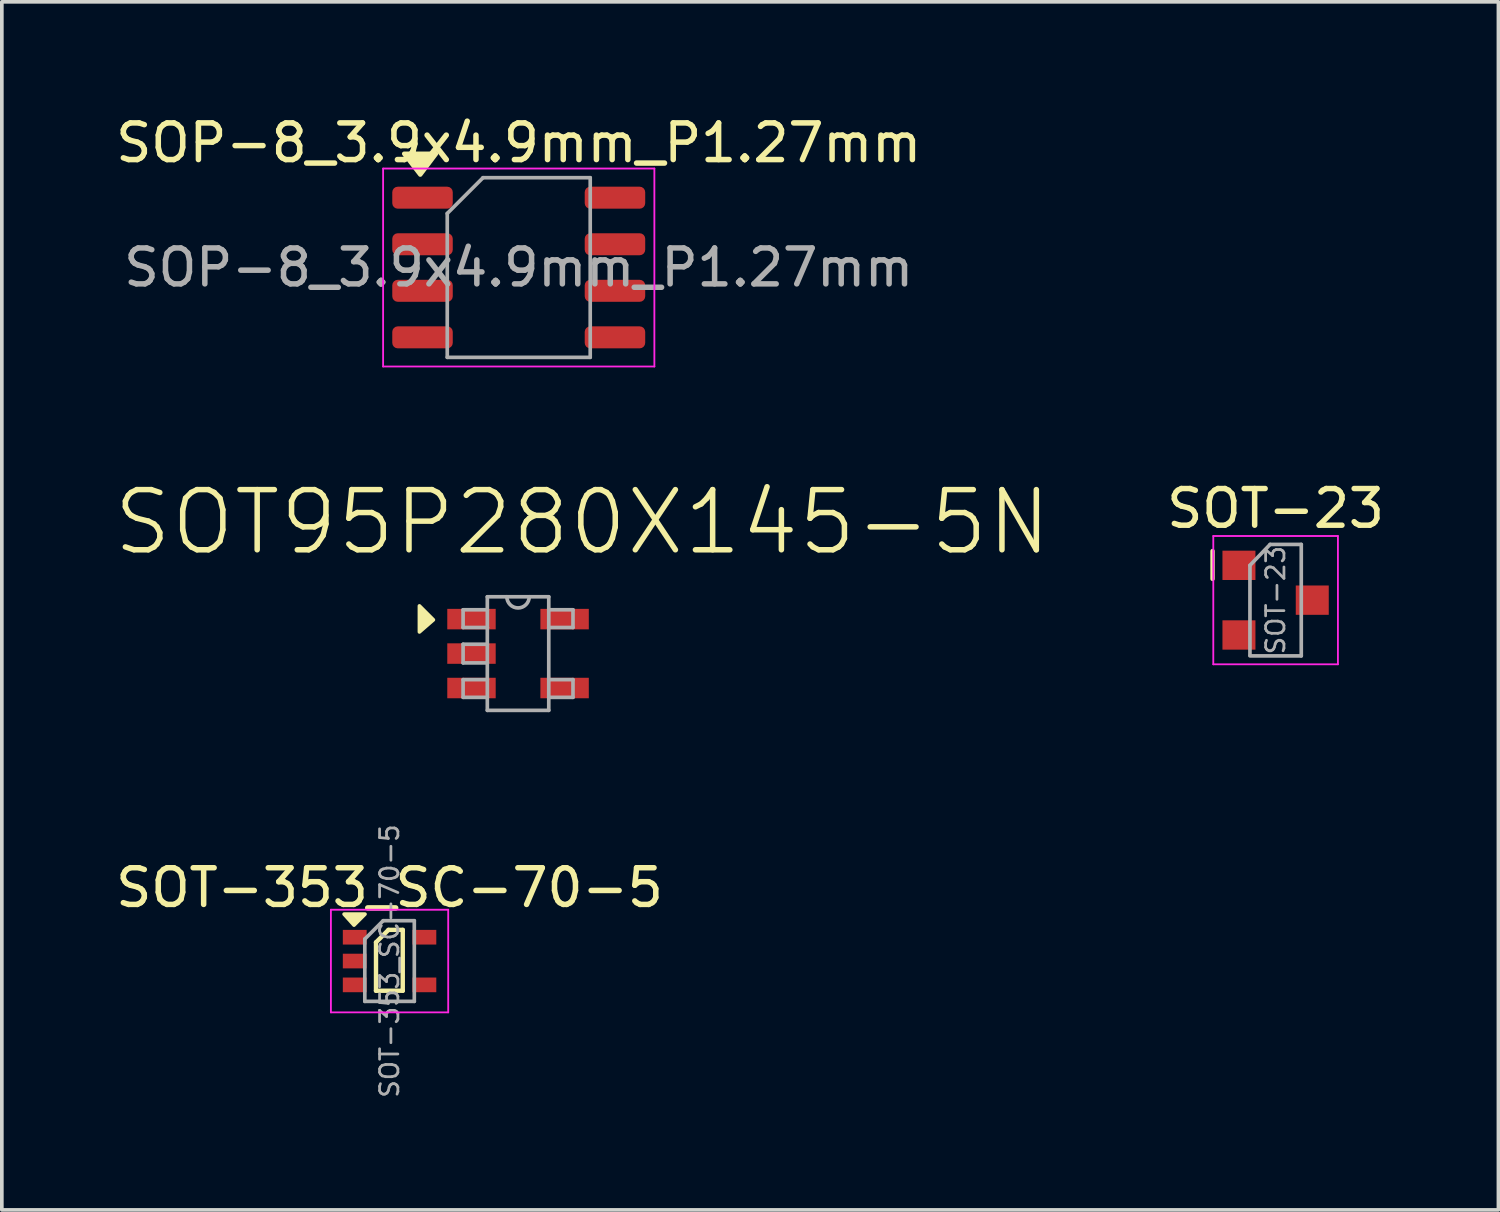
<source format=kicad_pcb>
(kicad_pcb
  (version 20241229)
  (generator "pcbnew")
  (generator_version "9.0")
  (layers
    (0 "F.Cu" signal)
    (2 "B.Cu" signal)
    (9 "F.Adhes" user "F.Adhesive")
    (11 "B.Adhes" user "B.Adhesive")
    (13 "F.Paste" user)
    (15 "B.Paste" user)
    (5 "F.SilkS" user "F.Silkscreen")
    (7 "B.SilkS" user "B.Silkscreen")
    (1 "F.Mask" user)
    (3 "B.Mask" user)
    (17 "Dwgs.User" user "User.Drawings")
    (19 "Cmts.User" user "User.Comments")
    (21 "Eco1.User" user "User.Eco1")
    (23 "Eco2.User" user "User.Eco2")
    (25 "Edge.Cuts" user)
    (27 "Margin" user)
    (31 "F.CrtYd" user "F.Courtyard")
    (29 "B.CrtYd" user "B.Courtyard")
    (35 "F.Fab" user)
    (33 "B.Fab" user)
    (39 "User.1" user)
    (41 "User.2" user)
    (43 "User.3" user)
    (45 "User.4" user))
  (footprint "SOT-353_SC-70-5"
    (layer "F.Cu")
    (at 7.577 23.167)
    (property "Reference" "SOT-353_SC-70-5" (at 0 -2 0) (layer "F.SilkS") (effects (font (size 1 1) (thickness 0.15))))
    (attr smd)
    (fp_line (start -0.37 -0.51) (end -0.03 -0.85) (stroke (width 0.12) (type solid)) (layer "F.SilkS"))
    (fp_line (start -0.37 0.81) (end -0.37 -0.51) (stroke (width 0.12) (type solid)) (layer "F.SilkS"))
    (fp_line (start -0.03 -0.85) (end 0.36 -0.85) (stroke (width 0.12) (type solid)) (layer "F.SilkS"))
    (fp_line (start 0.36 -0.85) (end 0.36 -0.83) (stroke (width 0.12) (type solid)) (layer "F.SilkS"))
    (fp_line (start 0.36 -0.83) (end 0.36 0.81) (stroke (width 0.12) (type solid)) (layer "F.SilkS"))
    (fp_line (start 0.36 0.81) (end -0.37 0.81) (stroke (width 0.12) (type solid)) (layer "F.SilkS"))
    (fp_poly (pts (xy -0.97 -0.98) (xy -1.24 -1.28) (xy -0.67 -1.28)) (stroke (width 0.1) (type solid)) (fill yes) (layer "F.SilkS"))
    (fp_line (start -1.6 -1.4) (end -1.6 1.4) (stroke (width 0.05) (type solid)) (layer "F.CrtYd"))
    (fp_line (start -1.6 -1.4) (end 1.6 -1.4) (stroke (width 0.05) (type solid)) (layer "F.CrtYd"))
    (fp_line (start -1.6 1.4) (end 1.6 1.4) (stroke (width 0.05) (type solid)) (layer "F.CrtYd"))
    (fp_line (start 1.6 1.4) (end 1.6 -1.4) (stroke (width 0.05) (type solid)) (layer "F.CrtYd"))
    (fp_line (start -0.675 -0.6) (end -0.675 1.1) (stroke (width 0.1) (type solid)) (layer "F.Fab"))
    (fp_line (start -0.175 -1.1) (end -0.675 -0.6) (stroke (width 0.1) (type solid)) (layer "F.Fab"))
    (fp_line (start 0.675 -1.1) (end -0.175 -1.1) (stroke (width 0.1) (type solid)) (layer "F.Fab"))
    (fp_line (start 0.675 -1.1) (end 0.675 1.1) (stroke (width 0.1) (type solid)) (layer "F.Fab"))
    (fp_line (start 0.675 1.1) (end -0.675 1.1) (stroke (width 0.1) (type solid)) (layer "F.Fab"))
    (fp_text user "${REFERENCE}" (at 0 0 90) (layer "F.Fab") (effects (font (size 0.5 0.5) (thickness 0.075))))
    (pad "1" smd rect (at -0.95 -0.65) (size 0.65 0.4) (layers "F.Cu" "F.Mask" "F.Paste"))
    (pad "2" smd rect (at -0.95 0) (size 0.65 0.4) (layers "F.Cu" "F.Mask" "F.Paste"))
    (pad "3" smd rect (at -0.95 0.65) (size 0.65 0.4) (layers "F.Cu" "F.Mask" "F.Paste"))
    (pad "4" smd rect (at 0.95 0.65) (size 0.65 0.4) (layers "F.Cu" "F.Mask" "F.Paste"))
    (pad "5" smd rect (at 0.95 -0.65) (size 0.65 0.4) (layers "F.Cu" "F.Mask" "F.Paste")))
  (footprint "SOT95P280X145-5N"
    (layer "F.Cu")
    (at 11.082 14.779)
    (property "Reference" "SOT95P280X145-5N" (at 1.753 -3.583 0) (layer "F.SilkS") (effects (font (size 1.641 1.641) (thickness 0.15))))
    (attr through_hole)
    (fp_poly (pts (xy -2.31 -0.92) (xy -2.69 -0.59) (xy -2.69 -1.3)) (stroke (width 0.1) (type solid)) (fill yes) (layer "F.SilkS"))
    (fp_line (start -1.499 -1.194) (end -1.499 -0.711) (stroke (width 0.1) (type solid)) (layer "F.Fab"))
    (fp_line (start -1.499 -0.711) (end -0.838 -0.711) (stroke (width 0.1) (type solid)) (layer "F.Fab"))
    (fp_line (start -1.499 -0.254) (end -1.499 0.254) (stroke (width 0.1) (type solid)) (layer "F.Fab"))
    (fp_line (start -1.499 0.254) (end -0.838 0.254) (stroke (width 0.1) (type solid)) (layer "F.Fab"))
    (fp_line (start -1.499 0.711) (end -1.499 1.194) (stroke (width 0.1) (type solid)) (layer "F.Fab"))
    (fp_line (start -1.499 1.194) (end -0.838 1.194) (stroke (width 0.1) (type solid)) (layer "F.Fab"))
    (fp_line (start -0.838 -1.549) (end -0.838 -1.194) (stroke (width 0.1) (type solid)) (layer "F.Fab"))
    (fp_line (start -0.838 -1.194) (end -1.499 -1.194) (stroke (width 0.1) (type solid)) (layer "F.Fab"))
    (fp_line (start -0.838 -1.194) (end -0.838 -0.711) (stroke (width 0.1) (type solid)) (layer "F.Fab"))
    (fp_line (start -0.838 -0.711) (end -0.838 -0.254) (stroke (width 0.1) (type solid)) (layer "F.Fab"))
    (fp_line (start -0.838 -0.254) (end -1.499 -0.254) (stroke (width 0.1) (type solid)) (layer "F.Fab"))
    (fp_line (start -0.838 -0.254) (end -0.838 0.254) (stroke (width 0.1) (type solid)) (layer "F.Fab"))
    (fp_line (start -0.838 0.254) (end -0.838 0.711) (stroke (width 0.1) (type solid)) (layer "F.Fab"))
    (fp_line (start -0.838 0.711) (end -1.499 0.711) (stroke (width 0.1) (type solid)) (layer "F.Fab"))
    (fp_line (start -0.838 1.194) (end -0.838 0.711) (stroke (width 0.1) (type solid)) (layer "F.Fab"))
    (fp_line (start -0.838 1.549) (end -0.838 1.194) (stroke (width 0.1) (type solid)) (layer "F.Fab"))
    (fp_line (start -0.838 1.549) (end 0.838 1.549) (stroke (width 0.1) (type solid)) (layer "F.Fab"))
    (fp_line (start -0.305 -1.549) (end -0.838 -1.549) (stroke (width 0.1) (type solid)) (layer "F.Fab"))
    (fp_line (start 0.305 -1.549) (end -0.305 -1.549) (stroke (width 0.1) (type solid)) (layer "F.Fab"))
    (fp_line (start 0.838 -1.549) (end 0.305 -1.549) (stroke (width 0.1) (type solid)) (layer "F.Fab"))
    (fp_line (start 0.838 -1.549) (end 0.838 -1.194) (stroke (width 0.1) (type solid)) (layer "F.Fab"))
    (fp_line (start 0.838 -1.194) (end 0.838 -0.711) (stroke (width 0.1) (type solid)) (layer "F.Fab"))
    (fp_line (start 0.838 -0.711) (end 1.499 -0.711) (stroke (width 0.1) (type solid)) (layer "F.Fab"))
    (fp_line (start 0.838 0.711) (end 0.838 -0.711) (stroke (width 0.1) (type solid)) (layer "F.Fab"))
    (fp_line (start 0.838 1.194) (end 0.838 0.711) (stroke (width 0.1) (type solid)) (layer "F.Fab"))
    (fp_line (start 0.838 1.194) (end 1.499 1.194) (stroke (width 0.1) (type solid)) (layer "F.Fab"))
    (fp_line (start 0.838 1.549) (end 0.838 1.194) (stroke (width 0.1) (type solid)) (layer "F.Fab"))
    (fp_line (start 1.499 -1.194) (end 0.838 -1.194) (stroke (width 0.1) (type solid)) (layer "F.Fab"))
    (fp_line (start 1.499 -0.711) (end 1.499 -1.194) (stroke (width 0.1) (type solid)) (layer "F.Fab"))
    (fp_line (start 1.499 0.711) (end 0.838 0.711) (stroke (width 0.1) (type solid)) (layer "F.Fab"))
    (fp_line (start 1.499 1.194) (end 1.499 0.711) (stroke (width 0.1) (type solid)) (layer "F.Fab"))
    (fp_arc (start 0.3048 -1.5494) (mid 0 -1.2446) (end -0.3048 -1.5494) (stroke (width 0.1) (type solid)) (layer "F.Fab"))
    (pad "1" smd rect (at -1.27 -0.94) (size 1.321 0.559) (layers "F.Cu" "F.Mask" "F.Paste"))
    (pad "2" smd rect (at -1.27 0) (size 1.321 0.559) (layers "F.Cu" "F.Mask" "F.Paste"))
    (pad "3" smd rect (at -1.27 0.94) (size 1.321 0.559) (layers "F.Cu" "F.Mask" "F.Paste"))
    (pad "4" smd rect (at 1.27 0.94) (size 1.321 0.559) (layers "F.Cu" "F.Mask" "F.Paste"))
    (pad "5" smd rect (at 1.27 -0.94) (size 1.321 0.559) (layers "F.Cu" "F.Mask" "F.Paste")))
  (footprint "SOP-8_3.9x4.9mm_P1.27mm"
    (layer "F.Cu")
    (at 11.101 4.248)
    (property "Reference" "SOP-8_3.9x4.9mm_P1.27mm" (at 0 -3.4 0) (layer "F.SilkS") (effects (font (size 1 1) (thickness 0.15))))
    (attr smd)
    (fp_poly (pts (xy -2.686 -2.534) (xy -3.126 -3.104) (xy -2.256 -3.104)) (stroke (width 0.12) (type solid)) (fill yes) (layer "F.SilkS"))
    (fp_line (start -3.7 -2.7) (end -3.7 2.7) (stroke (width 0.05) (type solid)) (layer "F.CrtYd"))
    (fp_line (start -3.7 2.7) (end 3.7 2.7) (stroke (width 0.05) (type solid)) (layer "F.CrtYd"))
    (fp_line (start 3.7 -2.7) (end -3.7 -2.7) (stroke (width 0.05) (type solid)) (layer "F.CrtYd"))
    (fp_line (start 3.7 2.7) (end 3.7 -2.7) (stroke (width 0.05) (type solid)) (layer "F.CrtYd"))
    (fp_line (start -1.95 -1.475) (end -0.975 -2.45) (stroke (width 0.1) (type solid)) (layer "F.Fab"))
    (fp_line (start -1.95 2.45) (end -1.95 -1.475) (stroke (width 0.1) (type solid)) (layer "F.Fab"))
    (fp_line (start -0.975 -2.45) (end 1.95 -2.45) (stroke (width 0.1) (type solid)) (layer "F.Fab"))
    (fp_line (start 1.95 -2.45) (end 1.95 2.45) (stroke (width 0.1) (type solid)) (layer "F.Fab"))
    (fp_line (start 1.95 2.45) (end -1.95 2.45) (stroke (width 0.1) (type solid)) (layer "F.Fab"))
    (fp_text user "${REFERENCE}" (at 0 0 0) (layer "F.Fab") (effects (font (size 0.98 0.98) (thickness 0.15))))
    (pad "1" smd roundrect (at -2.625 -1.905) (size 1.65 0.6) (layers "F.Cu" "F.Mask" "F.Paste") (roundrect_rratio 0.25))
    (pad "2" smd roundrect (at -2.625 -0.635) (size 1.65 0.6) (layers "F.Cu" "F.Mask" "F.Paste") (roundrect_rratio 0.25))
    (pad "3" smd roundrect (at -2.625 0.635) (size 1.65 0.6) (layers "F.Cu" "F.Mask" "F.Paste") (roundrect_rratio 0.25))
    (pad "4" smd roundrect (at -2.625 1.905) (size 1.65 0.6) (layers "F.Cu" "F.Mask" "F.Paste") (roundrect_rratio 0.25))
    (pad "5" smd roundrect (at 2.625 1.905) (size 1.65 0.6) (layers "F.Cu" "F.Mask" "F.Paste") (roundrect_rratio 0.25))
    (pad "6" smd roundrect (at 2.625 0.635) (size 1.65 0.6) (layers "F.Cu" "F.Mask" "F.Paste") (roundrect_rratio 0.25))
    (pad "7" smd roundrect (at 2.625 -0.635) (size 1.65 0.6) (layers "F.Cu" "F.Mask" "F.Paste") (roundrect_rratio 0.25))
    (pad "8" smd roundrect (at 2.625 -1.905) (size 1.65 0.6) (layers "F.Cu" "F.Mask" "F.Paste") (roundrect_rratio 0.25)))
  (footprint "SOT-23"
    (layer "F.Cu")
    (at 31.748 13.322)
    (property "Reference" "SOT-23" (at 0 -2.5 0) (layer "F.SilkS") (effects (font (size 1 1) (thickness 0.15))))
    (attr smd)
    (fp_line (start -1.72 -1.34) (end -1.72 -0.58) (stroke (width 0.12) (type solid)) (layer "F.SilkS"))
    (fp_line (start -1.7 -1.75) (end 1.7 -1.75) (stroke (width 0.05) (type solid)) (layer "F.CrtYd"))
    (fp_line (start -1.7 1.75) (end -1.7 -1.75) (stroke (width 0.05) (type solid)) (layer "F.CrtYd"))
    (fp_line (start 1.7 -1.75) (end 1.7 1.75) (stroke (width 0.05) (type solid)) (layer "F.CrtYd"))
    (fp_line (start 1.7 1.75) (end -1.7 1.75) (stroke (width 0.05) (type solid)) (layer "F.CrtYd"))
    (fp_line (start -0.7 -0.95) (end -0.7 1.5) (stroke (width 0.1) (type solid)) (layer "F.Fab"))
    (fp_line (start -0.7 -0.95) (end -0.15 -1.52) (stroke (width 0.1) (type solid)) (layer "F.Fab"))
    (fp_line (start -0.7 1.52) (end 0.7 1.52) (stroke (width 0.1) (type solid)) (layer "F.Fab"))
    (fp_line (start -0.15 -1.52) (end 0.7 -1.52) (stroke (width 0.1) (type solid)) (layer "F.Fab"))
    (fp_line (start 0.7 -1.52) (end 0.7 1.52) (stroke (width 0.1) (type solid)) (layer "F.Fab"))
    (fp_text user "${REFERENCE}" (at 0 0 90) (layer "F.Fab") (effects (font (size 0.5 0.5) (thickness 0.075))))
    (pad "1" smd rect (at -1 -0.95) (size 0.9 0.8) (layers "F.Cu" "F.Mask" "F.Paste"))
    (pad "2" smd rect (at -1 0.95) (size 0.9 0.8) (layers "F.Cu" "F.Mask" "F.Paste"))
    (pad "3" smd rect (at 1 0) (size 0.9 0.8) (layers "F.Cu" "F.Mask" "F.Paste")))
  (gr_rect
    (start -3 -3)
    (end 37.826 29.956)
    (stroke (width 0.1) (type default))
    (fill no)
    (layer "Edge.Cuts")))
</source>
